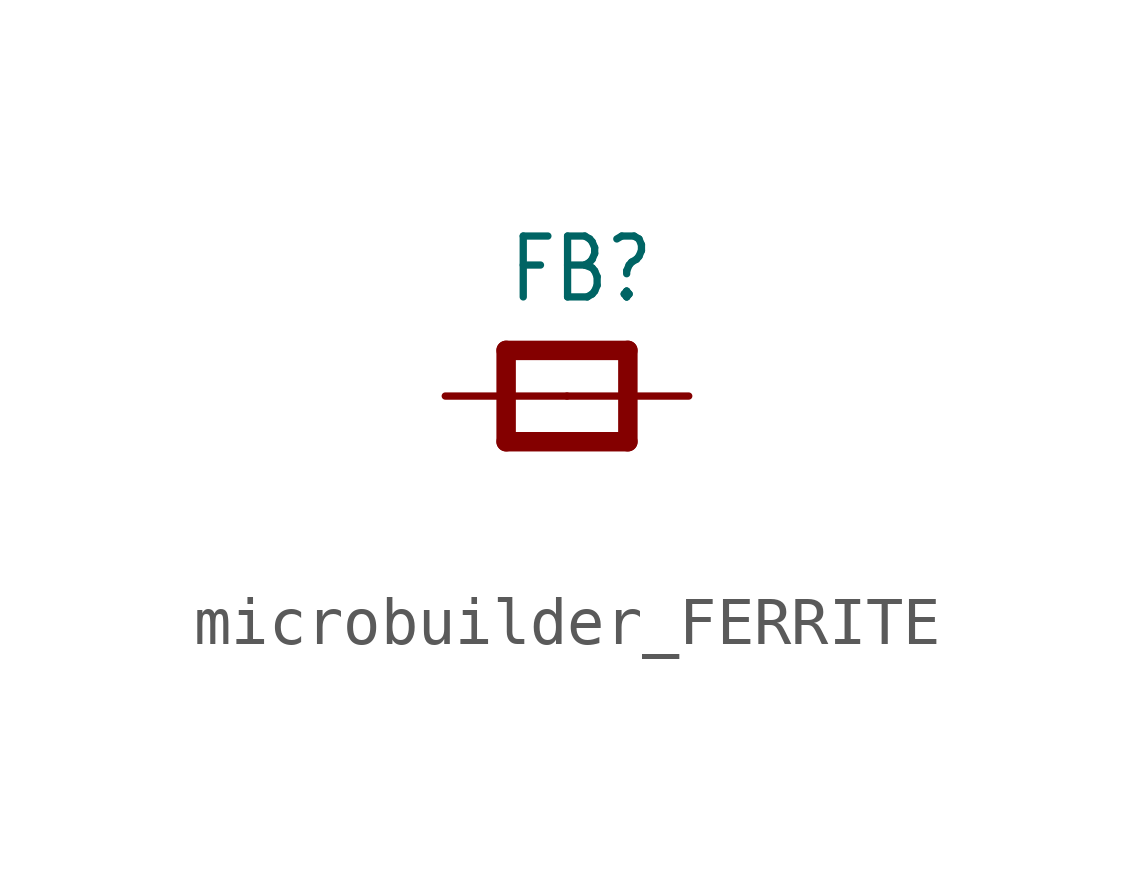
<source format=kicad_sym>
(kicad_symbol_lib
  (version 20220914)
  (generator kicad_symbol_editor)
  (symbol "microbuilder_FERRITE"
    (property "Reference" "FB"
      (at -1.27 1.905 0)
      (effects (font (size 1.27 1.079)) (justify left bottom)))
    (property "Value" ""
      (at -1.27 -3.175 0)
      (effects (font (size 1.27 1.079)) (justify left bottom)))
    (property "ki_locked" ""
      (at 0 0 0)
      (effects (font (size 1.27 1.27))))
    (symbol "microbuilder_FERRITE_1_0"
      (polyline (pts (xy -1.27 -0.953) (xy -1.27 0.953)) (stroke (width 0.406) (type solid)) (fill (type none)))
      (polyline (pts (xy -1.27 0.953) (xy 1.27 0.953)) (stroke (width 0.406) (type solid)) (fill (type none)))
      (polyline (pts (xy 1.27 -0.953) (xy -1.27 -0.953)) (stroke (width 0.406) (type solid)) (fill (type none)))
      (polyline (pts (xy 1.27 0.953) (xy 1.27 -0.953)) (stroke (width 0.406) (type solid)) (fill (type none)))
      (pin passive line (at -2.54 0 0) (length 2.54) (name "P$1" (effects (font (size 0 0)))) (number "1" (effects (font (size 0 0)))))
      (pin passive line (at 2.54 0 180) (length 2.54) (name "P$2" (effects (font (size 0 0)))) (number "2" (effects (font (size 0 0))))))))
</source>
